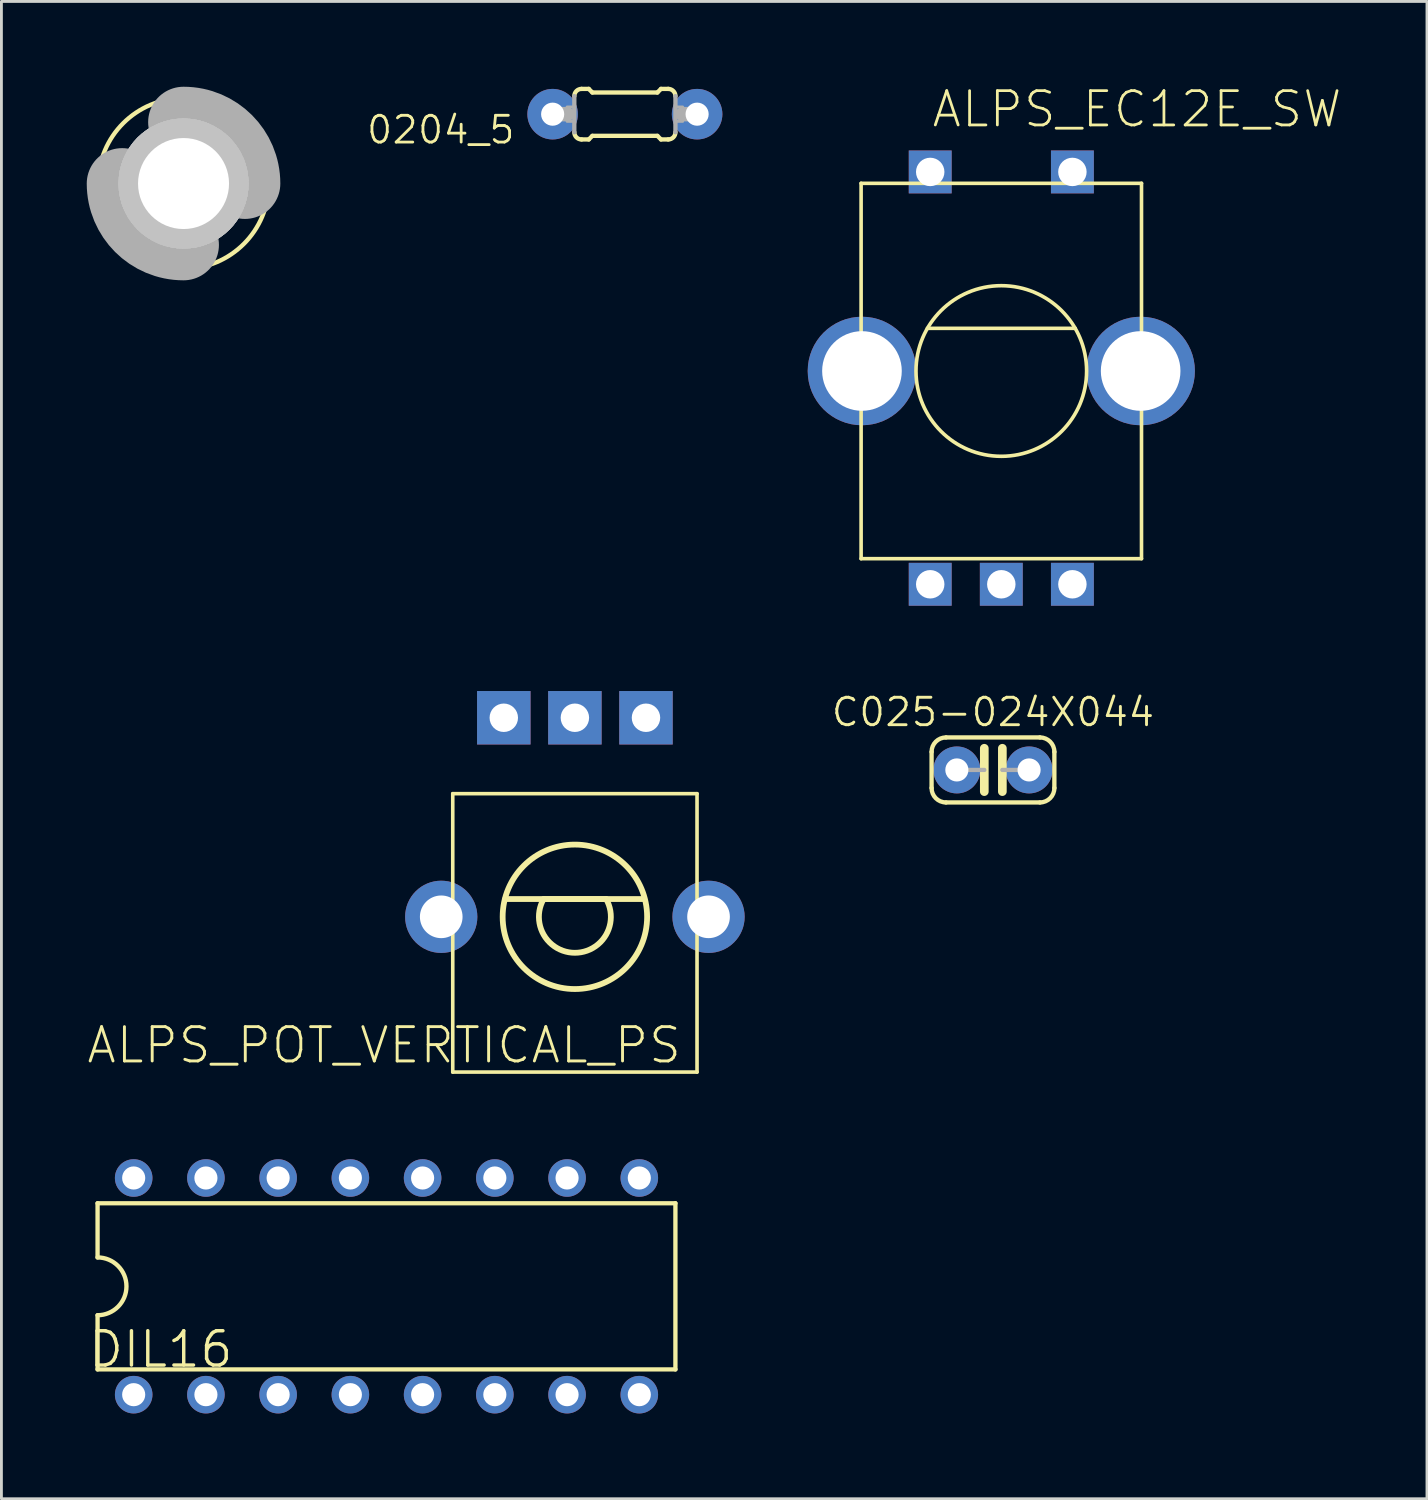
<source format=kicad_pcb>
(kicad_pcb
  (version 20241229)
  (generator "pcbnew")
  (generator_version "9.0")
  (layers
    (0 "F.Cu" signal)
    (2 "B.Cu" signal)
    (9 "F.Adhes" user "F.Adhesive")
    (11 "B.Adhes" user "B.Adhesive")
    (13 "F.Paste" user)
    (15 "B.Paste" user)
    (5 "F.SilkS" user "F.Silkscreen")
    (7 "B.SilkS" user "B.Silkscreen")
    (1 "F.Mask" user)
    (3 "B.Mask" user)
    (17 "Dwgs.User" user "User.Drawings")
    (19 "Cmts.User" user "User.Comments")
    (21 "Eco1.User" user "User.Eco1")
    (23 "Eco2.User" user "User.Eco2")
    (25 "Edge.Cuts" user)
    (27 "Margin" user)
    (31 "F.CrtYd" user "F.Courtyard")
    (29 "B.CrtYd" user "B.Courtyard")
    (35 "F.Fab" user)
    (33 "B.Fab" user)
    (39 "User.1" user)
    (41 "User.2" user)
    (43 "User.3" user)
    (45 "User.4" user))
  (footprint "C025-024X044"
    (layer "F.Cu")
    (at 31.868 24.025)
    (property "Reference" "C025-024X044" (at 0 -2.032 0) (layer "F.SilkS") (effects (font (size 0.965 0.965) (thickness 0.102))))
    (attr through_hole)
    (fp_line (start -2.159 0.635) (end -2.159 -0.635) (stroke (width 0.152) (type solid)) (layer "F.SilkS"))
    (fp_line (start -0.305 -0.762) (end -0.305 0.762) (stroke (width 0.305) (type solid)) (layer "F.SilkS"))
    (fp_line (start 0.33 -0.762) (end 0.33 0.762) (stroke (width 0.305) (type solid)) (layer "F.SilkS"))
    (fp_line (start 1.651 -1.143) (end -1.651 -1.143) (stroke (width 0.152) (type solid)) (layer "F.SilkS"))
    (fp_line (start 1.651 1.143) (end -1.651 1.143) (stroke (width 0.152) (type solid)) (layer "F.SilkS"))
    (fp_line (start 2.159 0.635) (end 2.159 -0.635) (stroke (width 0.152) (type solid)) (layer "F.SilkS"))
    (fp_arc (start -2.159 -0.635) (mid -2.01021 -0.99421) (end -1.651 -1.143) (stroke (width 0.1524) (type solid)) (layer "F.SilkS"))
    (fp_arc (start -1.651 1.143) (mid -2.01021 0.99421) (end -2.159 0.635) (stroke (width 0.1524) (type solid)) (layer "F.SilkS"))
    (fp_arc (start 1.651 -1.143) (mid 2.01021 -0.99421) (end 2.159 -0.635) (stroke (width 0.1524) (type solid)) (layer "F.SilkS"))
    (fp_arc (start 2.159 0.635) (mid 2.01021 0.99421) (end 1.651 1.143) (stroke (width 0.1524) (type solid)) (layer "F.SilkS"))
    (fp_line (start -1.27 0) (end -0.305 0) (stroke (width 0.152) (type solid)) (layer "F.Fab"))
    (fp_line (start 1.27 0) (end 0.33 0) (stroke (width 0.152) (type solid)) (layer "F.Fab"))
    (pad "1" thru_hole circle (at -1.27 0) (size 1.651 1.651) (drill 0.813) (layers "*.Cu" "*.Mask"))
    (pad "2" thru_hole circle (at 1.27 0) (size 1.651 1.651) (drill 0.813) (layers "*.Cu" "*.Mask")))
  (footprint "DIL16"
    (layer "F.Cu")
    (at 10.541 42.184)
    (property "Reference" "DIL16" (at -10.541 2.921 180) (layer "F.SilkS") (effects (font (size 1.206 1.206) (thickness 0.121)) (justify left bottom)))
    (attr through_hole)
    (fp_line (start -10.16 -2.921) (end -10.16 -1.016) (stroke (width 0.152) (type solid)) (layer "F.SilkS"))
    (fp_line (start -10.16 2.921) (end -10.16 1.016) (stroke (width 0.152) (type solid)) (layer "F.SilkS"))
    (fp_line (start -10.16 2.921) (end 10.16 2.921) (stroke (width 0.152) (type solid)) (layer "F.SilkS"))
    (fp_line (start 10.16 -2.921) (end -10.16 -2.921) (stroke (width 0.152) (type solid)) (layer "F.SilkS"))
    (fp_line (start 10.16 -2.921) (end 10.16 2.921) (stroke (width 0.152) (type solid)) (layer "F.SilkS"))
    (fp_arc (start -10.16 -1.016) (mid -9.144 0) (end -10.16 1.016) (stroke (width 0.1524) (type solid)) (layer "F.SilkS"))
    (pad "1" thru_hole circle (at -8.89 3.81 90) (size 1.321 1.321) (drill 0.813) (layers "*.Cu" "*.Mask"))
    (pad "2" thru_hole circle (at -6.35 3.81 90) (size 1.321 1.321) (drill 0.813) (layers "*.Cu" "*.Mask"))
    (pad "3" thru_hole circle (at -3.81 3.81 90) (size 1.321 1.321) (drill 0.813) (layers "*.Cu" "*.Mask"))
    (pad "4" thru_hole circle (at -1.27 3.81 90) (size 1.321 1.321) (drill 0.813) (layers "*.Cu" "*.Mask"))
    (pad "5" thru_hole circle (at 1.27 3.81 90) (size 1.321 1.321) (drill 0.813) (layers "*.Cu" "*.Mask"))
    (pad "6" thru_hole circle (at 3.81 3.81 90) (size 1.321 1.321) (drill 0.813) (layers "*.Cu" "*.Mask"))
    (pad "7" thru_hole circle (at 6.35 3.81 90) (size 1.321 1.321) (drill 0.813) (layers "*.Cu" "*.Mask"))
    (pad "8" thru_hole circle (at 8.89 3.81 90) (size 1.321 1.321) (drill 0.813) (layers "*.Cu" "*.Mask"))
    (pad "9" thru_hole circle (at 8.89 -3.81 90) (size 1.321 1.321) (drill 0.813) (layers "*.Cu" "*.Mask"))
    (pad "10" thru_hole circle (at 6.35 -3.81 90) (size 1.321 1.321) (drill 0.813) (layers "*.Cu" "*.Mask"))
    (pad "11" thru_hole circle (at 3.81 -3.81 90) (size 1.321 1.321) (drill 0.813) (layers "*.Cu" "*.Mask"))
    (pad "12" thru_hole circle (at 1.27 -3.81 90) (size 1.321 1.321) (drill 0.813) (layers "*.Cu" "*.Mask"))
    (pad "13" thru_hole circle (at -1.27 -3.81 90) (size 1.321 1.321) (drill 0.813) (layers "*.Cu" "*.Mask"))
    (pad "14" thru_hole circle (at -3.81 -3.81 90) (size 1.321 1.321) (drill 0.813) (layers "*.Cu" "*.Mask"))
    (pad "15" thru_hole circle (at -6.35 -3.81 90) (size 1.321 1.321) (drill 0.813) (layers "*.Cu" "*.Mask"))
    (pad "16" thru_hole circle (at -8.89 -3.81 90) (size 1.321 1.321) (drill 0.813) (layers "*.Cu" "*.Mask")))
  (footprint "0204_5"
    (layer "F.Cu")
    (at 18.924 0.965)
    (property "Reference" "0204_5" (at -3.81 0 0) (layer "F.SilkS") (effects (font (size 0.941 0.941) (thickness 0.099)) (justify right top)))
    (attr through_hole)
    (fp_line (start -1.524 -0.889) (end -1.27 -0.889) (stroke (width 0.152) (type solid)) (layer "F.SilkS"))
    (fp_line (start -1.524 0.889) (end -1.27 0.889) (stroke (width 0.152) (type solid)) (layer "F.SilkS"))
    (fp_line (start -1.143 -0.762) (end -1.27 -0.889) (stroke (width 0.152) (type solid)) (layer "F.SilkS"))
    (fp_line (start -1.143 0.762) (end -1.27 0.889) (stroke (width 0.152) (type solid)) (layer "F.SilkS"))
    (fp_line (start 1.143 -0.762) (end -1.143 -0.762) (stroke (width 0.152) (type solid)) (layer "F.SilkS"))
    (fp_line (start 1.143 -0.762) (end 1.27 -0.889) (stroke (width 0.152) (type solid)) (layer "F.SilkS"))
    (fp_line (start 1.143 0.762) (end -1.143 0.762) (stroke (width 0.152) (type solid)) (layer "F.SilkS"))
    (fp_line (start 1.143 0.762) (end 1.27 0.889) (stroke (width 0.152) (type solid)) (layer "F.SilkS"))
    (fp_line (start 1.524 -0.889) (end 1.27 -0.889) (stroke (width 0.152) (type solid)) (layer "F.SilkS"))
    (fp_line (start 1.524 0.889) (end 1.27 0.889) (stroke (width 0.152) (type solid)) (layer "F.SilkS"))
    (fp_arc (start -1.778 -0.635) (mid -1.703605 -0.814605) (end -1.524 -0.889) (stroke (width 0.1524) (type solid)) (layer "F.SilkS"))
    (fp_arc (start -1.524 0.889) (mid -1.703605 0.814605) (end -1.778 0.635) (stroke (width 0.1524) (type solid)) (layer "F.SilkS"))
    (fp_arc (start 1.524 -0.889) (mid 1.703605 -0.814605) (end 1.778 -0.635) (stroke (width 0.1524) (type solid)) (layer "F.SilkS"))
    (fp_arc (start 1.778 0.635) (mid 1.703605 0.814605) (end 1.524 0.889) (stroke (width 0.1524) (type solid)) (layer "F.SilkS"))
    (fp_line (start -2.54 0) (end -2.032 0) (stroke (width 0.508) (type solid)) (layer "F.Fab"))
    (fp_line (start -1.778 0.635) (end -1.778 -0.635) (stroke (width 0.152) (type solid)) (layer "F.Fab"))
    (fp_line (start 1.778 0.635) (end 1.778 -0.635) (stroke (width 0.152) (type solid)) (layer "F.Fab"))
    (fp_line (start 2.54 0) (end 2.032 0) (stroke (width 0.508) (type solid)) (layer "F.Fab"))
    (fp_poly (pts (xy -2.032 0.254) (xy -1.778 0.254) (xy -1.778 -0.254) (xy -2.032 -0.254)) (stroke (width 0.1) (type solid)) (fill no) (layer "F.Fab"))
    (fp_poly (pts (xy 1.778 0.254) (xy 2.032 0.254) (xy 2.032 -0.254) (xy 1.778 -0.254)) (stroke (width 0.1) (type solid)) (fill no) (layer "F.Fab"))
    (pad "1" thru_hole circle (at -2.54 0) (size 1.778 1.778) (drill 0.813) (layers "*.Cu" "*.Mask"))
    (pad "2" thru_hole circle (at 2.54 0) (size 1.778 1.778) (drill 0.813) (layers "*.Cu" "*.Mask")))
  (footprint "ALPS_POT_VERTICAL_PS"
    (layer "F.Cu")
    (at 17.166 29.19)
    (property "Reference" "ALPS_POT_VERTICAL_PS" (at 3.81 3.81 0) (layer "F.SilkS") (effects (font (size 1.206 1.206) (thickness 0.102)) (justify right top)))
    (attr through_hole)
    (fp_line (start -4.295 -4.33) (end 4.295 -4.33) (stroke (width 0.127) (type solid)) (layer "F.SilkS"))
    (fp_line (start -4.295 5.46) (end -4.295 -4.33) (stroke (width 0.127) (type solid)) (layer "F.SilkS"))
    (fp_line (start -2.45 -0.625) (end 2.425 -0.625) (stroke (width 0.203) (type solid)) (layer "F.SilkS"))
    (fp_line (start -1.1 -0.625) (end 1.1 -0.625) (stroke (width 0.203) (type solid)) (layer "F.SilkS"))
    (fp_line (start 4.295 -4.33) (end 4.295 5.46) (stroke (width 0.127) (type solid)) (layer "F.SilkS"))
    (fp_line (start 4.295 5.46) (end -4.295 5.46) (stroke (width 0.127) (type solid)) (layer "F.SilkS"))
    (fp_arc (start 1.1 -0.625) (mid 0 1.265158) (end -1.1 -0.625) (stroke (width 0.2032) (type solid)) (layer "F.SilkS"))
    (fp_circle (center 0 0) (end 2.54 0) (stroke (width 0.203) (type solid)) (fill no) (layer "F.SilkS"))
    (pad "P$1" thru_hole rect (at -2.5 -7 270) (size 1.88 1.88) (drill 1) (layers "*.Cu" "*.Mask"))
    (pad "P$2" thru_hole rect (at 0 -7 270) (size 1.88 1.88) (drill 1) (layers "*.Cu" "*.Mask"))
    (pad "P$3" thru_hole rect (at 2.5 -7 270) (size 1.88 1.88) (drill 1) (layers "*.Cu" "*.Mask"))
    (pad "P$4" thru_hole circle (at -4.7 0 270) (size 2.54 2.54) (drill 1.5) (layers "*.Cu" "*.Mask"))
    (pad "P$5" thru_hole circle (at 4.7 0 270) (size 2.54 2.54) (drill 1.5) (layers "*.Cu" "*.Mask")))
  (footprint "3,2"
    (layer "F.Cu")
    (at 3.404 3.404)
    (property "Reference" "3,2" (at 0 0 0) (layer "F.SilkS") (effects (font (size 1.27 1.27) (thickness 0.15))))
    (attr through_hole)
    (fp_circle (center 0 0) (end 1.7 0) (stroke (width 0.203) (type solid)) (fill no) (layer "F.SilkS"))
    (fp_circle (center 0 0) (end 3 0) (stroke (width 0.152) (type solid)) (fill no) (layer "F.SilkS"))
    (fp_circle (center 0 0) (end 1.27 0) (stroke (width 2.032) (type solid)) (fill no) (layer "Dwgs.User"))
    (fp_circle (center 0 0) (end 1.27 0) (stroke (width 2.032) (type solid)) (fill no) (layer "Dwgs.User"))
    (fp_circle (center 0 0) (end 1.27 0) (stroke (width 2.032) (type solid)) (fill no) (layer "Dwgs.User"))
    (fp_circle (center 0 0) (end 1.27 0) (stroke (width 2.032) (type solid)) (fill no) (layer "Dwgs.User"))
    (fp_circle (center 0 0) (end 1.27 0) (stroke (width 2.032) (type solid)) (fill no) (layer "Dwgs.User"))
    (fp_arc (start 0 -2.159) (mid 1.526644 -1.526644) (end 2.159 0) (stroke (width 2.4892) (type solid)) (layer "F.Fab"))
    (fp_arc (start 0 2.159) (mid -1.526644 1.526644) (end -2.159 0) (stroke (width 2.4892) (type solid)) (layer "F.Fab"))
    (fp_circle (center 0 0) (end 0.762 0) (stroke (width 0.457) (type solid)) (fill no) (layer "F.Fab"))
    (pad "" np_thru_hole circle (at 0 0) (size 3.2 3.2) (drill 3.2) (layers "*.Cu" "*.Mask")))
  (footprint "ALPS_EC12E_SW"
    (layer "F.Cu")
    (at 32.161 9.996)
    (property "Reference" "ALPS_EC12E_SW" (at -2.5 -8.5 0) (layer "F.SilkS") (effects (font (size 1.206 1.206) (thickness 0.097)) (justify left bottom)))
    (attr through_hole)
    (fp_line (start -4.93 -6.6) (end -4.93 6.6) (stroke (width 0.127) (type solid)) (layer "F.SilkS"))
    (fp_line (start -4.93 6.6) (end 4.93 6.6) (stroke (width 0.127) (type solid)) (layer "F.SilkS"))
    (fp_line (start -2.6 -1.5) (end 2.6 -1.5) (stroke (width 0.127) (type solid)) (layer "F.SilkS"))
    (fp_line (start 4.93 -6.6) (end -4.93 -6.6) (stroke (width 0.127) (type solid)) (layer "F.SilkS"))
    (fp_line (start 4.93 6.6) (end 4.93 -6.6) (stroke (width 0.127) (type solid)) (layer "F.SilkS"))
    (fp_circle (center 0 0) (end 3 0) (stroke (width 0.127) (type solid)) (fill no) (layer "F.SilkS"))
    (pad "A" thru_hole rect (at -2.5 7.5) (size 1.508 1.508) (drill 1) (layers "*.Cu" "*.Mask"))
    (pad "B" thru_hole rect (at 2.5 7.5) (size 1.508 1.508) (drill 1) (layers "*.Cu" "*.Mask"))
    (pad "C" thru_hole rect (at 0 7.5) (size 1.508 1.508) (drill 1) (layers "*.Cu" "*.Mask"))
    (pad "D" thru_hole rect (at -2.5 -7) (size 1.508 1.508) (drill 1) (layers "*.Cu" "*.Mask"))
    (pad "E" thru_hole rect (at 2.5 -7) (size 1.508 1.508) (drill 1) (layers "*.Cu" "*.Mask"))
    (pad "GND1" thru_hole circle (at -4.9 0) (size 3.816 3.816) (drill 2.8) (layers "*.Cu" "*.Mask"))
    (pad "GND2" thru_hole circle (at 4.9 0) (size 3.816 3.816) (drill 2.8) (layers "*.Cu" "*.Mask")))
  (gr_rect
    (start -3 -3)
    (end 47.13 49.654)
    (stroke (width 0.1) (type default))
    (fill no)
    (layer "Edge.Cuts")))
</source>
